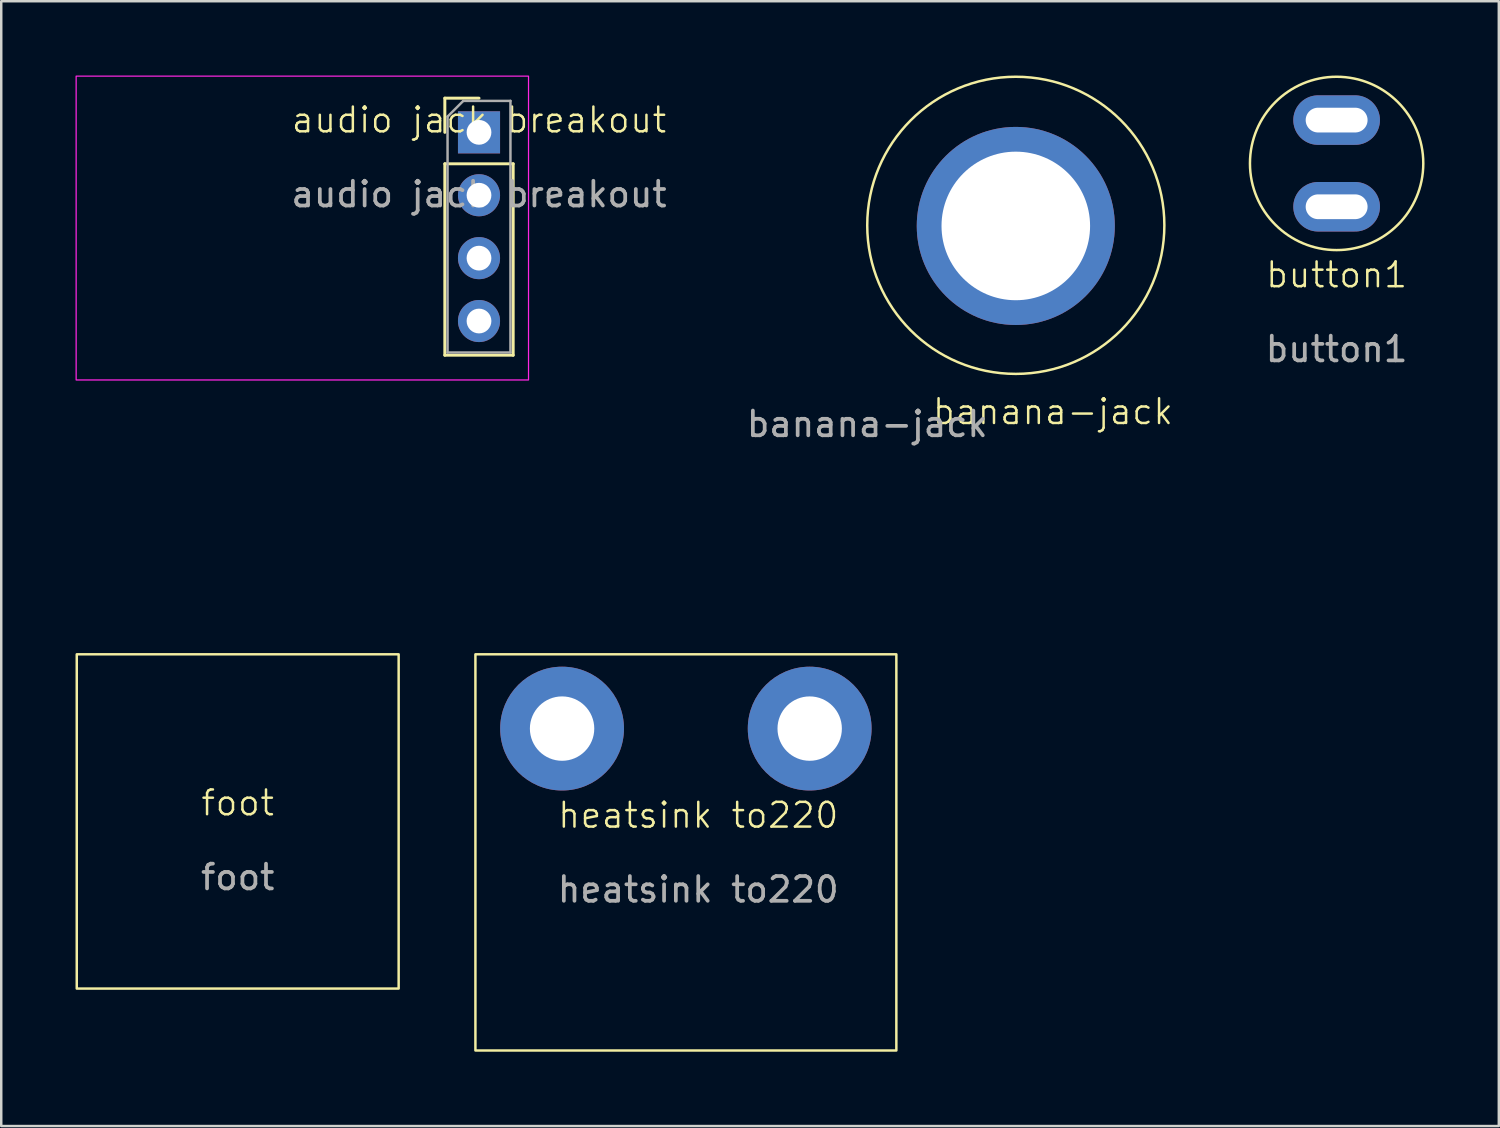
<source format=kicad_pcb>
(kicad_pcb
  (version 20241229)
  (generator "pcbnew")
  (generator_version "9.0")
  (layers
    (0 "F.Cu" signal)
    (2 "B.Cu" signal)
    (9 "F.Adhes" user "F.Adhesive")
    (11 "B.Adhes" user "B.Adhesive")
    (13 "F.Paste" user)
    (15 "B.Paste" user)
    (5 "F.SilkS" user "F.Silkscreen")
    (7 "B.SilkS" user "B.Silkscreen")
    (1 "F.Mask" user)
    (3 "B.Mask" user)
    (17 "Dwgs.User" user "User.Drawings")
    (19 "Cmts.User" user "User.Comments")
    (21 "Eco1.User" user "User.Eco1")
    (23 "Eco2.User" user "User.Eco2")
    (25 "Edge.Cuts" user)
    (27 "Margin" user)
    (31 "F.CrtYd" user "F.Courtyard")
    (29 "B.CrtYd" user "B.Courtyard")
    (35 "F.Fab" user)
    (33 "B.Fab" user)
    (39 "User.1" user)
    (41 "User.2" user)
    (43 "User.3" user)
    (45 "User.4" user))
  (footprint "heatsink to220"
    (layer "F.Cu")
    (at 24.65 26.375)
    (property "Reference" "heatsink to220" (at 0.5 3.5 0) (unlocked yes) (layer "F.SilkS") (effects (font (size 1 1) (thickness 0.1))))
    (attr smd)
    (fp_rect (start -8.5 -3) (end 8.5 13) (stroke (width 0.1) (type default)) (fill no) (layer "F.SilkS"))
    (fp_text user "${REFERENCE}" (at 0.5 6.5 0) (unlocked yes) (layer "F.Fab") (effects (font (size 1 1) (thickness 0.15))))
    (pad "1" thru_hole circle (at -5 0 180) (size 5 5) (drill 2.6) (layers "*.Cu" "*.Mask"))
    (pad "1" thru_hole circle (at 5 0 180) (size 5 5) (drill 2.6) (layers "*.Cu" "*.Mask")))
  (footprint "foot"
    (layer "F.Cu")
    (at 6.55 29.875)
    (property "Reference" "foot" (at 0 -0.5 0) (unlocked yes) (layer "F.SilkS") (effects (font (size 1 1) (thickness 0.1))))
    (attr exclude_from_pos_files exclude_from_bom)
    (fp_rect (start -6.5 -6.5) (end 6.5 7) (stroke (width 0.1) (type solid)) (fill no) (layer "F.SilkS"))
    (fp_text user "${REFERENCE}" (at 0 2.5 0) (unlocked yes) (layer "F.Fab") (effects (font (size 1 1) (thickness 0.15)))))
  (footprint "button1"
    (layer "F.Cu")
    (at 50.931 3.55)
    (property "Reference" "button1" (at 0 4.5 0) (unlocked yes) (layer "F.SilkS") (effects (font (size 1 1) (thickness 0.1))))
    (attr exclude_from_pos_files exclude_from_bom)
    (fp_circle (center 0 0) (end 3.5 0) (stroke (width 0.1) (type solid)) (fill no) (layer "F.SilkS"))
    (fp_text user "${REFERENCE}" (at 0 7.5 0) (unlocked yes) (layer "F.Fab") (effects (font (size 1 1) (thickness 0.15))))
    (pad "1" thru_hole oval (at 0 1.75) (size 3.5 2) (drill oval 2.5 1) (layers "*.Cu" "*.Mask"))
    (pad "2" thru_hole oval (at 0 -1.75) (size 3.5 2) (drill oval 2.5 1) (layers "*.Cu" "*.Mask")))
  (footprint "banana-jack"
    (layer "F.Cu")
    (at 37.974 20.075)
    (property "Reference" "banana-jack" (at 1.5 -6.5 0) (unlocked yes) (layer "F.SilkS") (effects (font (size 1 1) (thickness 0.1))))
    (attr smd)
    (fp_circle (center 0 -14.025) (end 6 -14.025) (stroke (width 0.1) (type solid)) (fill no) (layer "F.SilkS"))
    (fp_text user "${REFERENCE}" (at -6 -6 0) (unlocked yes) (layer "F.Fab") (effects (font (size 1 1) (thickness 0.15))))
    (pad "1" thru_hole circle (at 0 -14) (size 8 8) (drill 6) (layers "*.Cu" "*.Mask")))
  (footprint "audio jack breakout"
    (layer "F.Cu")
    (at 16.295 2.295)
    (property "Reference" "audio jack breakout" (at 0 -0.5 0) (unlocked yes) (layer "F.SilkS") (effects (font (size 1 1) (thickness 0.1))))
    (attr smd)
    (fp_line (start -1.38 -1.38) (end 0 -1.38) (stroke (width 0.12) (type solid)) (layer "F.SilkS"))
    (fp_line (start -1.38 0) (end -1.38 -1.38) (stroke (width 0.12) (type solid)) (layer "F.SilkS"))
    (fp_line (start -1.38 1.27) (end -1.38 9) (stroke (width 0.12) (type solid)) (layer "F.SilkS"))
    (fp_line (start -1.38 1.27) (end 1.38 1.27) (stroke (width 0.12) (type solid)) (layer "F.SilkS"))
    (fp_line (start -1.38 9) (end 1.38 9) (stroke (width 0.12) (type solid)) (layer "F.SilkS"))
    (fp_line (start 1.38 1.27) (end 1.38 9) (stroke (width 0.12) (type solid)) (layer "F.SilkS"))
    (fp_rect (start -16.27 -2.27) (end 2 10) (stroke (width 0.05) (type default)) (fill no) (layer "F.CrtYd"))
    (fp_line (start -1.27 -0.635) (end -0.635 -1.27) (stroke (width 0.1) (type solid)) (layer "F.Fab"))
    (fp_line (start -1.27 8.89) (end -1.27 -0.635) (stroke (width 0.1) (type solid)) (layer "F.Fab"))
    (fp_line (start -0.635 -1.27) (end 1.27 -1.27) (stroke (width 0.1) (type solid)) (layer "F.Fab"))
    (fp_line (start 1.27 -1.27) (end 1.27 8.89) (stroke (width 0.1) (type solid)) (layer "F.Fab"))
    (fp_line (start 1.27 8.89) (end -1.27 8.89) (stroke (width 0.1) (type solid)) (layer "F.Fab"))
    (fp_text user "${REFERENCE}" (at 0 2.5 0) (unlocked yes) (layer "F.Fab") (effects (font (size 1 1) (thickness 0.15))))
    (pad "R1" thru_hole circle (at 0 2.54) (size 1.7 1.7) (drill 1) (layers "*.Cu" "*.Mask"))
    (pad "R2" thru_hole circle (at 0 5.08) (size 1.7 1.7) (drill 1) (layers "*.Cu" "*.Mask"))
    (pad "S" thru_hole circle (at 0 7.62) (size 1.7 1.7) (drill 1) (layers "*.Cu" "*.Mask"))
    (pad "T" thru_hole rect (at 0 0) (size 1.7 1.7) (drill 1) (layers "*.Cu" "*.Mask")))
  (gr_rect
    (start -3 -3)
    (end 57.481 42.425)
    (stroke (width 0.1) (type default))
    (fill no)
    (layer "Edge.Cuts")))
</source>
